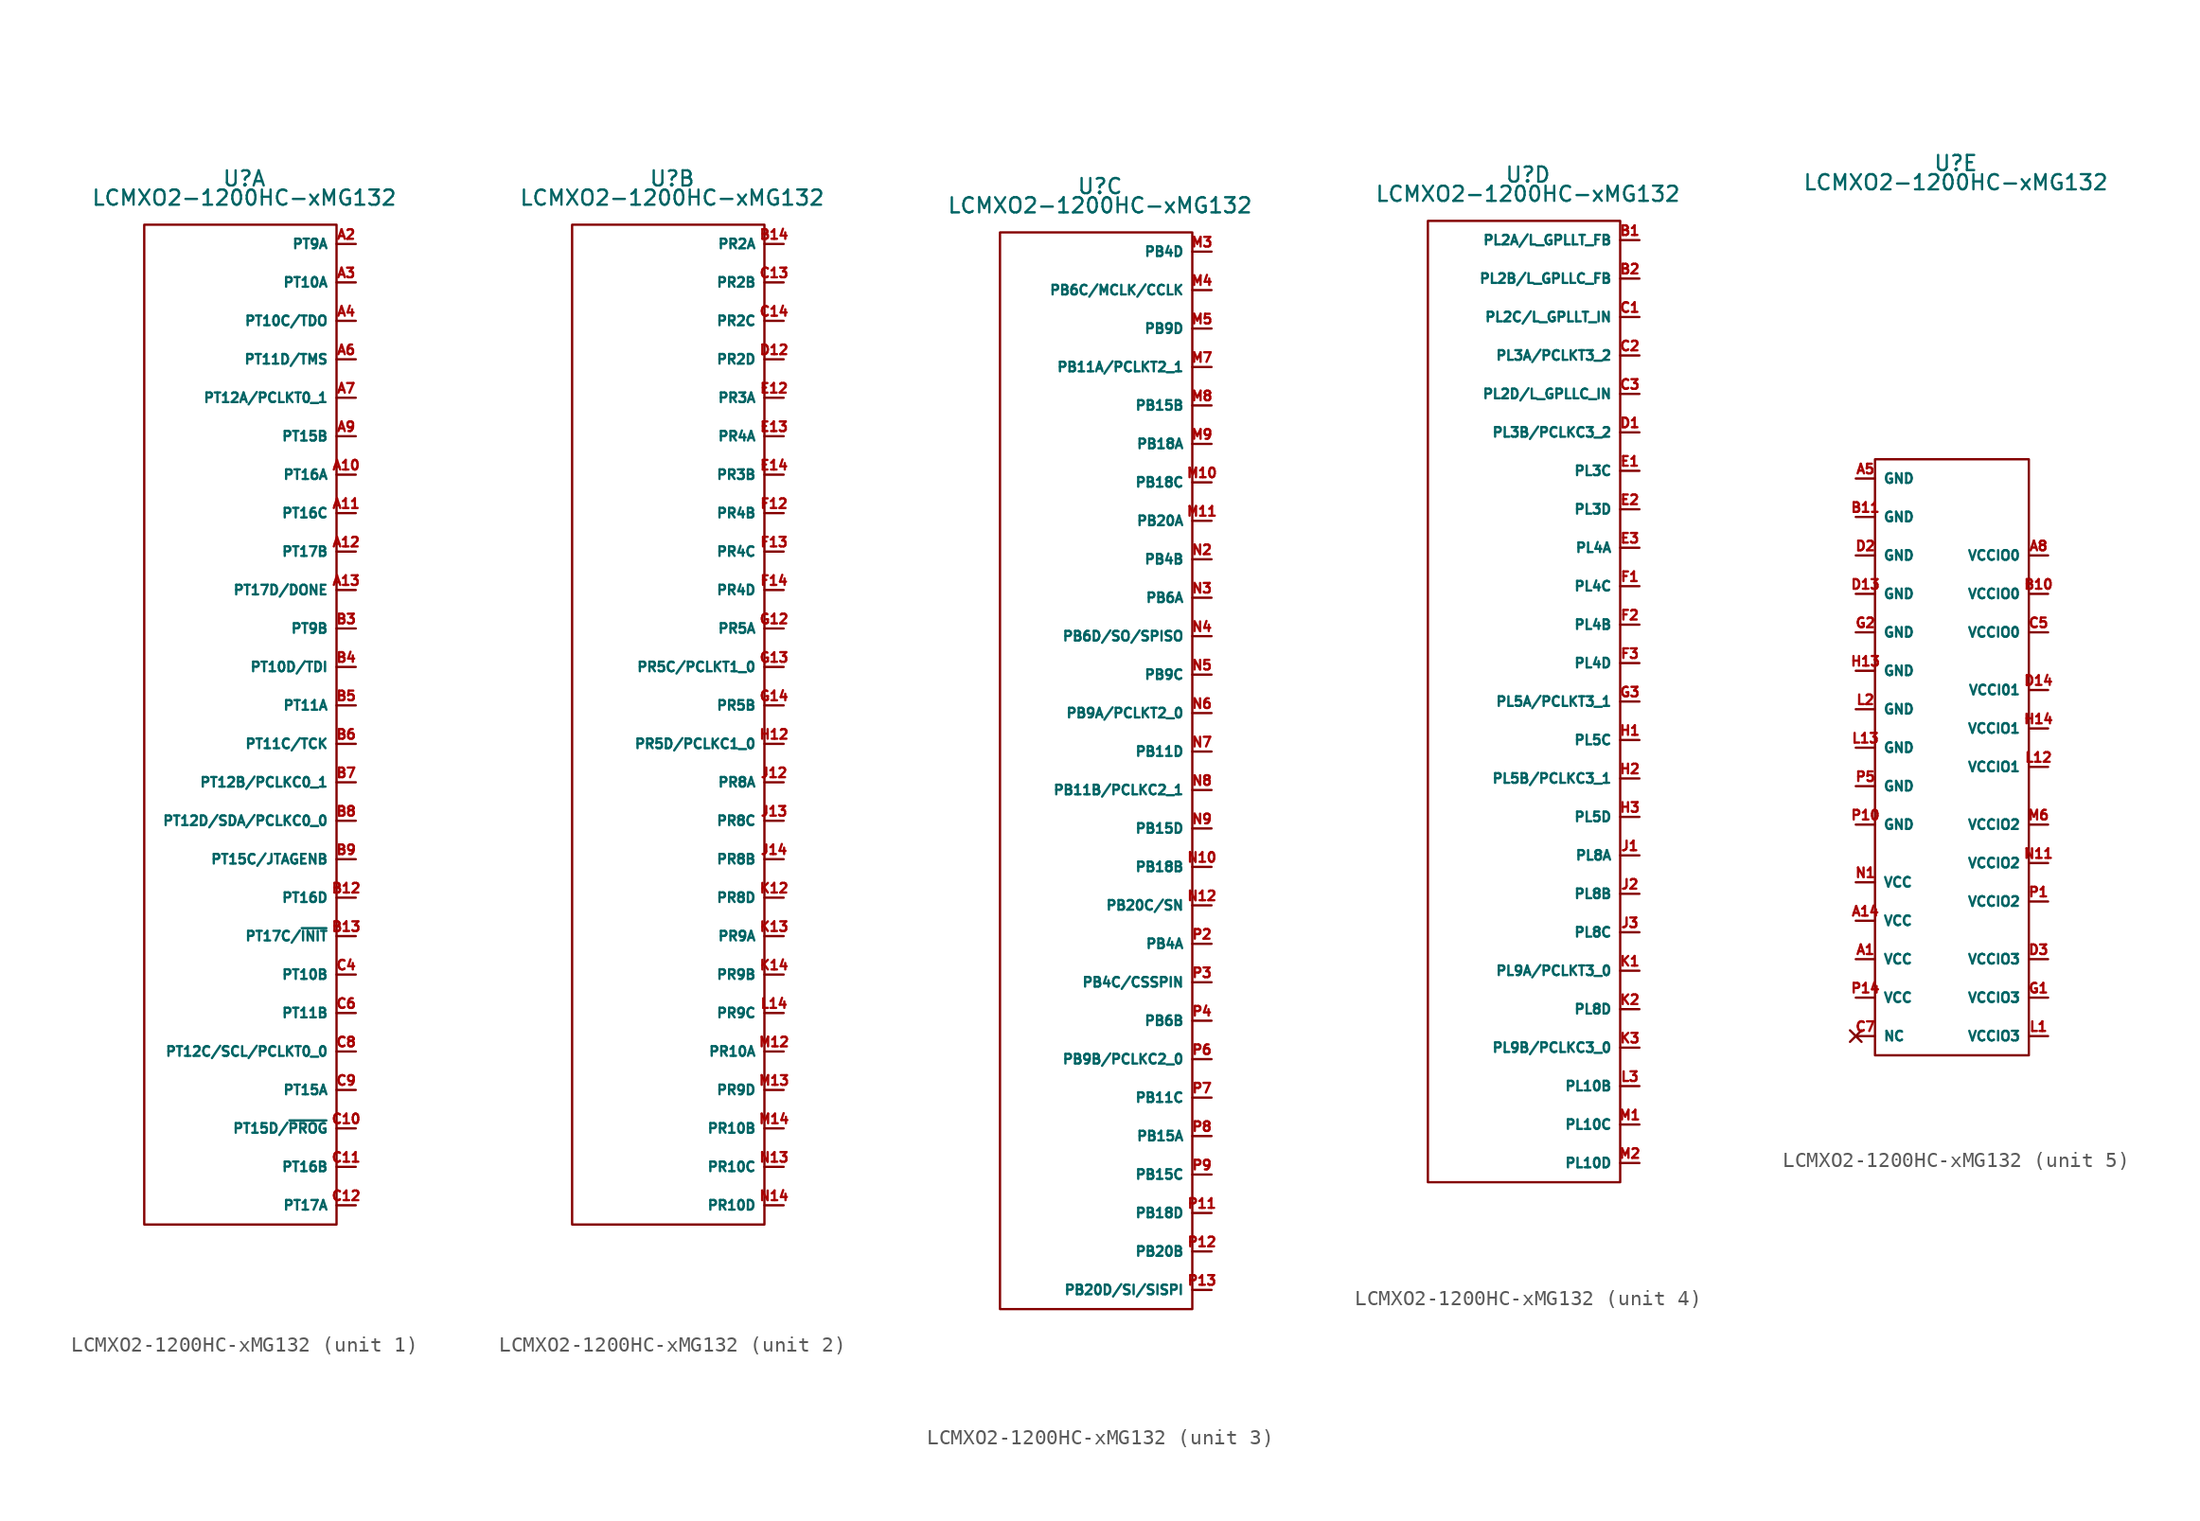
<source format=kicad_sym>
(kicad_symbol_lib
  (version 20241209)
  (generator "kicad_symbol_editor")
  (generator_version "9.0")
  (symbol "LCMXO2-1200HC-xMG132"
    (property "Reference" "U"
      (at 0.254 33.528 0)
      (effects (font (size 1 1))))
    (property "Value" "LCMXO2-1200HC-xMG132"
      (at 0.254 32.258 0)
      (effects (font (size 1 1))))
    (property "ki_locked" ""
      (at 0 0 0)
      (effects (font (size 1.27 1.27))))
    (symbol "LCMXO2-1200HC-xMG132_1_1"
      (rectangle (start 6.35 30.48) (end -6.35 -35.56) (stroke (width 0) (type default)) (fill (type none)))
      (pin bidirectional line (at 7.62 29.21 180) (length 1.27) (name "PT9A" (effects (font (size 0.635 0.635)))) (number "A2" (effects (font (size 0.635 0.635)))))
      (pin bidirectional line (at 7.62 26.67 180) (length 1.27) (name "PT10A" (effects (font (size 0.635 0.635)))) (number "A3" (effects (font (size 0.635 0.635)))))
      (pin bidirectional line (at 7.62 24.13 180) (length 1.27) (name "PT10C/TDO" (effects (font (size 0.635 0.635)))) (number "A4" (effects (font (size 0.635 0.635)))))
      (pin bidirectional line (at 7.62 21.59 180) (length 1.27) (name "PT11D/TMS" (effects (font (size 0.635 0.635)))) (number "A6" (effects (font (size 0.635 0.635)))))
      (pin bidirectional line (at 7.62 19.05 180) (length 1.27) (name "PT12A/PCLKT0_1" (effects (font (size 0.635 0.635)))) (number "A7" (effects (font (size 0.635 0.635)))))
      (pin bidirectional line (at 7.62 16.51 180) (length 1.27) (name "PT15B" (effects (font (size 0.635 0.635)))) (number "A9" (effects (font (size 0.635 0.635)))))
      (pin bidirectional line (at 7.62 13.97 180) (length 1.27) (name "PT16A" (effects (font (size 0.635 0.635)))) (number "A10" (effects (font (size 0.635 0.635)))))
      (pin bidirectional line (at 7.62 11.43 180) (length 1.27) (name "PT16C" (effects (font (size 0.635 0.635)))) (number "A11" (effects (font (size 0.635 0.635)))))
      (pin bidirectional line (at 7.62 8.89 180) (length 1.27) (name "PT17B" (effects (font (size 0.635 0.635)))) (number "A12" (effects (font (size 0.635 0.635)))))
      (pin bidirectional line (at 7.62 6.35 180) (length 1.27) (name "PT17D/DONE" (effects (font (size 0.635 0.635)))) (number "A13" (effects (font (size 0.635 0.635)))))
      (pin bidirectional line (at 7.62 3.81 180) (length 1.27) (name "PT9B" (effects (font (size 0.635 0.635)))) (number "B3" (effects (font (size 0.635 0.635)))))
      (pin bidirectional line (at 7.62 1.27 180) (length 1.27) (name "PT10D/TDI" (effects (font (size 0.635 0.635)))) (number "B4" (effects (font (size 0.635 0.635)))))
      (pin bidirectional line (at 7.62 -1.27 180) (length 1.27) (name "PT11A" (effects (font (size 0.635 0.635)))) (number "B5" (effects (font (size 0.635 0.635)))))
      (pin bidirectional line (at 7.62 -3.81 180) (length 1.27) (name "PT11C/TCK" (effects (font (size 0.635 0.635)))) (number "B6" (effects (font (size 0.635 0.635)))))
      (pin bidirectional line (at 7.62 -6.35 180) (length 1.27) (name "PT12B/PCLKC0_1" (effects (font (size 0.635 0.635)))) (number "B7" (effects (font (size 0.635 0.635)))))
      (pin bidirectional line (at 7.62 -8.89 180) (length 1.27) (name "PT12D/SDA/PCLKC0_0" (effects (font (size 0.635 0.635)))) (number "B8" (effects (font (size 0.635 0.635)))))
      (pin bidirectional line (at 7.62 -11.43 180) (length 1.27) (name "PT15C/JTAGENB" (effects (font (size 0.635 0.635)))) (number "B9" (effects (font (size 0.635 0.635)))))
      (pin bidirectional line (at 7.62 -13.97 180) (length 1.27) (name "PT16D" (effects (font (size 0.635 0.635)))) (number "B12" (effects (font (size 0.635 0.635)))))
      (pin bidirectional line (at 7.62 -16.51 180) (length 1.27) (name "PT17C/~{INIT}" (effects (font (size 0.635 0.635)))) (number "B13" (effects (font (size 0.635 0.635)))))
      (pin bidirectional line (at 7.62 -19.05 180) (length 1.27) (name "PT10B" (effects (font (size 0.635 0.635)))) (number "C4" (effects (font (size 0.635 0.635)))))
      (pin bidirectional line (at 7.62 -21.59 180) (length 1.27) (name "PT11B" (effects (font (size 0.635 0.635)))) (number "C6" (effects (font (size 0.635 0.635)))))
      (pin bidirectional line (at 7.62 -24.13 180) (length 1.27) (name "PT12C/SCL/PCLKT0_0" (effects (font (size 0.635 0.635)))) (number "C8" (effects (font (size 0.635 0.635)))))
      (pin bidirectional line (at 7.62 -26.67 180) (length 1.27) (name "PT15A" (effects (font (size 0.635 0.635)))) (number "C9" (effects (font (size 0.635 0.635)))))
      (pin bidirectional line (at 7.62 -29.21 180) (length 1.27) (name "PT15D/~{PROG}" (effects (font (size 0.635 0.635)))) (number "C10" (effects (font (size 0.635 0.635)))))
      (pin bidirectional line (at 7.62 -31.75 180) (length 1.27) (name "PT16B" (effects (font (size 0.635 0.635)))) (number "C11" (effects (font (size 0.635 0.635)))))
      (pin bidirectional line (at 7.62 -34.29 180) (length 1.27) (name "PT17A" (effects (font (size 0.635 0.635)))) (number "C12" (effects (font (size 0.635 0.635))))))
    (symbol "LCMXO2-1200HC-xMG132_2_1"
      (rectangle (start 6.35 30.48) (end -6.35 -35.56) (stroke (width 0) (type default)) (fill (type none)))
      (pin bidirectional line (at 7.62 29.21 180) (length 1.27) (name "PR2A" (effects (font (size 0.635 0.635)))) (number "B14" (effects (font (size 0.635 0.635)))))
      (pin bidirectional line (at 7.62 26.67 180) (length 1.27) (name "PR2B" (effects (font (size 0.635 0.635)))) (number "C13" (effects (font (size 0.635 0.635)))))
      (pin bidirectional line (at 7.62 24.13 180) (length 1.27) (name "PR2C" (effects (font (size 0.635 0.635)))) (number "C14" (effects (font (size 0.635 0.635)))))
      (pin bidirectional line (at 7.62 21.59 180) (length 1.27) (name "PR2D" (effects (font (size 0.635 0.635)))) (number "D12" (effects (font (size 0.635 0.635)))))
      (pin bidirectional line (at 7.62 19.05 180) (length 1.27) (name "PR3A" (effects (font (size 0.635 0.635)))) (number "E12" (effects (font (size 0.635 0.635)))))
      (pin bidirectional line (at 7.62 16.51 180) (length 1.27) (name "PR4A" (effects (font (size 0.635 0.635)))) (number "E13" (effects (font (size 0.635 0.635)))))
      (pin bidirectional line (at 7.62 13.97 180) (length 1.27) (name "PR3B" (effects (font (size 0.635 0.635)))) (number "E14" (effects (font (size 0.635 0.635)))))
      (pin bidirectional line (at 7.62 11.43 180) (length 1.27) (name "PR4B" (effects (font (size 0.635 0.635)))) (number "F12" (effects (font (size 0.635 0.635)))))
      (pin bidirectional line (at 7.62 8.89 180) (length 1.27) (name "PR4C" (effects (font (size 0.635 0.635)))) (number "F13" (effects (font (size 0.635 0.635)))))
      (pin bidirectional line (at 7.62 6.35 180) (length 1.27) (name "PR4D" (effects (font (size 0.635 0.635)))) (number "F14" (effects (font (size 0.635 0.635)))))
      (pin bidirectional line (at 7.62 3.81 180) (length 1.27) (name "PR5A" (effects (font (size 0.635 0.635)))) (number "G12" (effects (font (size 0.635 0.635)))))
      (pin bidirectional line (at 7.62 1.27 180) (length 1.27) (name "PR5C/PCLKT1_0" (effects (font (size 0.635 0.635)))) (number "G13" (effects (font (size 0.635 0.635)))))
      (pin bidirectional line (at 7.62 -1.27 180) (length 1.27) (name "PR5B" (effects (font (size 0.635 0.635)))) (number "G14" (effects (font (size 0.635 0.635)))))
      (pin bidirectional line (at 7.62 -3.81 180) (length 1.27) (name "PR5D/PCLKC1_0" (effects (font (size 0.635 0.635)))) (number "H12" (effects (font (size 0.635 0.635)))))
      (pin bidirectional line (at 7.62 -6.35 180) (length 1.27) (name "PR8A" (effects (font (size 0.635 0.635)))) (number "J12" (effects (font (size 0.635 0.635)))))
      (pin bidirectional line (at 7.62 -8.89 180) (length 1.27) (name "PR8C" (effects (font (size 0.635 0.635)))) (number "J13" (effects (font (size 0.635 0.635)))))
      (pin bidirectional line (at 7.62 -11.43 180) (length 1.27) (name "PR8B" (effects (font (size 0.635 0.635)))) (number "J14" (effects (font (size 0.635 0.635)))))
      (pin bidirectional line (at 7.62 -13.97 180) (length 1.27) (name "PR8D" (effects (font (size 0.635 0.635)))) (number "K12" (effects (font (size 0.635 0.635)))))
      (pin bidirectional line (at 7.62 -16.51 180) (length 1.27) (name "PR9A" (effects (font (size 0.635 0.635)))) (number "K13" (effects (font (size 0.635 0.635)))))
      (pin bidirectional line (at 7.62 -19.05 180) (length 1.27) (name "PR9B" (effects (font (size 0.635 0.635)))) (number "K14" (effects (font (size 0.635 0.635)))))
      (pin bidirectional line (at 7.62 -21.59 180) (length 1.27) (name "PR9C" (effects (font (size 0.635 0.635)))) (number "L14" (effects (font (size 0.635 0.635)))))
      (pin bidirectional line (at 7.62 -24.13 180) (length 1.27) (name "PR10A" (effects (font (size 0.635 0.635)))) (number "M12" (effects (font (size 0.635 0.635)))))
      (pin bidirectional line (at 7.62 -26.67 180) (length 1.27) (name "PR9D" (effects (font (size 0.635 0.635)))) (number "M13" (effects (font (size 0.635 0.635)))))
      (pin bidirectional line (at 7.62 -29.21 180) (length 1.27) (name "PR10B" (effects (font (size 0.635 0.635)))) (number "M14" (effects (font (size 0.635 0.635)))))
      (pin bidirectional line (at 7.62 -31.75 180) (length 1.27) (name "PR10C" (effects (font (size 0.635 0.635)))) (number "N13" (effects (font (size 0.635 0.635)))))
      (pin bidirectional line (at 7.62 -34.29 180) (length 1.27) (name "PR10D" (effects (font (size 0.635 0.635)))) (number "N14" (effects (font (size 0.635 0.635))))))
    (symbol "LCMXO2-1200HC-xMG132_3_1"
      (rectangle (start 6.35 30.48) (end -6.35 -40.64) (stroke (width 0) (type default)) (fill (type none)))
      (pin bidirectional line (at 7.62 29.21 180) (length 1.27) (name "PB4D" (effects (font (size 0.635 0.635)))) (number "M3" (effects (font (size 0.635 0.635)))))
      (pin bidirectional line (at 7.62 26.67 180) (length 1.27) (name "PB6C/MCLK/CCLK" (effects (font (size 0.635 0.635)))) (number "M4" (effects (font (size 0.635 0.635)))))
      (pin bidirectional line (at 7.62 24.13 180) (length 1.27) (name "PB9D" (effects (font (size 0.635 0.635)))) (number "M5" (effects (font (size 0.635 0.635)))))
      (pin bidirectional line (at 7.62 21.59 180) (length 1.27) (name "PB11A/PCLKT2_1" (effects (font (size 0.635 0.635)))) (number "M7" (effects (font (size 0.635 0.635)))))
      (pin bidirectional line (at 7.62 19.05 180) (length 1.27) (name "PB15B" (effects (font (size 0.635 0.635)))) (number "M8" (effects (font (size 0.635 0.635)))))
      (pin bidirectional line (at 7.62 16.51 180) (length 1.27) (name "PB18A" (effects (font (size 0.635 0.635)))) (number "M9" (effects (font (size 0.635 0.635)))))
      (pin bidirectional line (at 7.62 13.97 180) (length 1.27) (name "PB18C" (effects (font (size 0.635 0.635)))) (number "M10" (effects (font (size 0.635 0.635)))))
      (pin bidirectional line (at 7.62 11.43 180) (length 1.27) (name "PB20A" (effects (font (size 0.635 0.635)))) (number "M11" (effects (font (size 0.635 0.635)))))
      (pin bidirectional line (at 7.62 8.89 180) (length 1.27) (name "PB4B" (effects (font (size 0.635 0.635)))) (number "N2" (effects (font (size 0.635 0.635)))))
      (pin bidirectional line (at 7.62 6.35 180) (length 1.27) (name "PB6A" (effects (font (size 0.635 0.635)))) (number "N3" (effects (font (size 0.635 0.635)))))
      (pin bidirectional line (at 7.62 3.81 180) (length 1.27) (name "PB6D/SO/SPISO" (effects (font (size 0.635 0.635)))) (number "N4" (effects (font (size 0.635 0.635)))))
      (pin bidirectional line (at 7.62 1.27 180) (length 1.27) (name "PB9C" (effects (font (size 0.635 0.635)))) (number "N5" (effects (font (size 0.635 0.635)))))
      (pin bidirectional line (at 7.62 -1.27 180) (length 1.27) (name "PB9A/PCLKT2_0" (effects (font (size 0.635 0.635)))) (number "N6" (effects (font (size 0.635 0.635)))))
      (pin bidirectional line (at 7.62 -3.81 180) (length 1.27) (name "PB11D" (effects (font (size 0.635 0.635)))) (number "N7" (effects (font (size 0.635 0.635)))))
      (pin bidirectional line (at 7.62 -6.35 180) (length 1.27) (name "PB11B/PCLKC2_1" (effects (font (size 0.635 0.635)))) (number "N8" (effects (font (size 0.635 0.635)))))
      (pin bidirectional line (at 7.62 -8.89 180) (length 1.27) (name "PB15D" (effects (font (size 0.635 0.635)))) (number "N9" (effects (font (size 0.635 0.635)))))
      (pin bidirectional line (at 7.62 -11.43 180) (length 1.27) (name "PB18B" (effects (font (size 0.635 0.635)))) (number "N10" (effects (font (size 0.635 0.635)))))
      (pin bidirectional line (at 7.62 -13.97 180) (length 1.27) (name "PB20C/SN" (effects (font (size 0.635 0.635)))) (number "N12" (effects (font (size 0.635 0.635)))))
      (pin bidirectional line (at 7.62 -16.51 180) (length 1.27) (name "PB4A" (effects (font (size 0.635 0.635)))) (number "P2" (effects (font (size 0.635 0.635)))))
      (pin bidirectional line (at 7.62 -19.05 180) (length 1.27) (name "PB4C/CSSPIN" (effects (font (size 0.635 0.635)))) (number "P3" (effects (font (size 0.635 0.635)))))
      (pin bidirectional line (at 7.62 -21.59 180) (length 1.27) (name "PB6B" (effects (font (size 0.635 0.635)))) (number "P4" (effects (font (size 0.635 0.635)))))
      (pin bidirectional line (at 7.62 -24.13 180) (length 1.27) (name "PB9B/PCLKC2_0" (effects (font (size 0.635 0.635)))) (number "P6" (effects (font (size 0.635 0.635)))))
      (pin bidirectional line (at 7.62 -26.67 180) (length 1.27) (name "PB11C" (effects (font (size 0.635 0.635)))) (number "P7" (effects (font (size 0.635 0.635)))))
      (pin bidirectional line (at 7.62 -29.21 180) (length 1.27) (name "PB15A" (effects (font (size 0.635 0.635)))) (number "P8" (effects (font (size 0.635 0.635)))))
      (pin bidirectional line (at 7.62 -31.75 180) (length 1.27) (name "PB15C" (effects (font (size 0.635 0.635)))) (number "P9" (effects (font (size 0.635 0.635)))))
      (pin bidirectional line (at 7.62 -34.29 180) (length 1.27) (name "PB18D" (effects (font (size 0.635 0.635)))) (number "P11" (effects (font (size 0.635 0.635)))))
      (pin bidirectional line (at 7.62 -36.83 180) (length 1.27) (name "PB20B" (effects (font (size 0.635 0.635)))) (number "P12" (effects (font (size 0.635 0.635)))))
      (pin bidirectional line (at 7.62 -39.37 180) (length 1.27) (name "PB20D/SI/SISPI" (effects (font (size 0.635 0.635)))) (number "P13" (effects (font (size 0.635 0.635))))))
    (symbol "LCMXO2-1200HC-xMG132_4_1"
      (rectangle (start 6.35 30.48) (end -6.35 -33.02) (stroke (width 0) (type default)) (fill (type none)))
      (pin bidirectional line (at 7.62 29.21 180) (length 1.27) (name "PL2A/L_GPLLT_FB" (effects (font (size 0.635 0.635)))) (number "B1" (effects (font (size 0.635 0.635)))))
      (pin bidirectional line (at 7.62 26.67 180) (length 1.27) (name "PL2B/L_GPLLC_FB" (effects (font (size 0.635 0.635)))) (number "B2" (effects (font (size 0.635 0.635)))))
      (pin bidirectional line (at 7.62 24.13 180) (length 1.27) (name "PL2C/L_GPLLT_IN" (effects (font (size 0.635 0.635)))) (number "C1" (effects (font (size 0.635 0.635)))))
      (pin bidirectional line (at 7.62 21.59 180) (length 1.27) (name "PL3A/PCLKT3_2" (effects (font (size 0.635 0.635)))) (number "C2" (effects (font (size 0.635 0.635)))))
      (pin bidirectional line (at 7.62 19.05 180) (length 1.27) (name "PL2D/L_GPLLC_IN" (effects (font (size 0.635 0.635)))) (number "C3" (effects (font (size 0.635 0.635)))))
      (pin bidirectional line (at 7.62 16.51 180) (length 1.27) (name "PL3B/PCLKC3_2" (effects (font (size 0.635 0.635)))) (number "D1" (effects (font (size 0.635 0.635)))))
      (pin bidirectional line (at 7.62 13.97 180) (length 1.27) (name "PL3C" (effects (font (size 0.635 0.635)))) (number "E1" (effects (font (size 0.635 0.635)))))
      (pin bidirectional line (at 7.62 11.43 180) (length 1.27) (name "PL3D" (effects (font (size 0.635 0.635)))) (number "E2" (effects (font (size 0.635 0.635)))))
      (pin bidirectional line (at 7.62 8.89 180) (length 1.27) (name "PL4A" (effects (font (size 0.635 0.635)))) (number "E3" (effects (font (size 0.635 0.635)))))
      (pin bidirectional line (at 7.62 6.35 180) (length 1.27) (name "PL4C" (effects (font (size 0.635 0.635)))) (number "F1" (effects (font (size 0.635 0.635)))))
      (pin bidirectional line (at 7.62 3.81 180) (length 1.27) (name "PL4B" (effects (font (size 0.635 0.635)))) (number "F2" (effects (font (size 0.635 0.635)))))
      (pin bidirectional line (at 7.62 1.27 180) (length 1.27) (name "PL4D" (effects (font (size 0.635 0.635)))) (number "F3" (effects (font (size 0.635 0.635)))))
      (pin bidirectional line (at 7.62 -1.27 180) (length 1.27) (name "PL5A/PCLKT3_1" (effects (font (size 0.635 0.635)))) (number "G3" (effects (font (size 0.635 0.635)))))
      (pin bidirectional line (at 7.62 -3.81 180) (length 1.27) (name "PL5C" (effects (font (size 0.635 0.635)))) (number "H1" (effects (font (size 0.635 0.635)))))
      (pin bidirectional line (at 7.62 -6.35 180) (length 1.27) (name "PL5B/PCLKC3_1" (effects (font (size 0.635 0.635)))) (number "H2" (effects (font (size 0.635 0.635)))))
      (pin bidirectional line (at 7.62 -8.89 180) (length 1.27) (name "PL5D" (effects (font (size 0.635 0.635)))) (number "H3" (effects (font (size 0.635 0.635)))))
      (pin bidirectional line (at 7.62 -11.43 180) (length 1.27) (name "PL8A" (effects (font (size 0.635 0.635)))) (number "J1" (effects (font (size 0.635 0.635)))))
      (pin bidirectional line (at 7.62 -13.97 180) (length 1.27) (name "PL8B" (effects (font (size 0.635 0.635)))) (number "J2" (effects (font (size 0.635 0.635)))))
      (pin bidirectional line (at 7.62 -16.51 180) (length 1.27) (name "PL8C" (effects (font (size 0.635 0.635)))) (number "J3" (effects (font (size 0.635 0.635)))))
      (pin bidirectional line (at 7.62 -19.05 180) (length 1.27) (name "PL9A/PCLKT3_0" (effects (font (size 0.635 0.635)))) (number "K1" (effects (font (size 0.635 0.635)))))
      (pin bidirectional line (at 7.62 -21.59 180) (length 1.27) (name "PL8D" (effects (font (size 0.635 0.635)))) (number "K2" (effects (font (size 0.635 0.635)))))
      (pin bidirectional line (at 7.62 -24.13 180) (length 1.27) (name "PL9B/PCLKC3_0" (effects (font (size 0.635 0.635)))) (number "K3" (effects (font (size 0.635 0.635)))))
      (pin bidirectional line (at 7.62 -26.67 180) (length 1.27) (name "PL10B" (effects (font (size 0.635 0.635)))) (number "L3" (effects (font (size 0.635 0.635)))))
      (pin bidirectional line (at 7.62 -29.21 180) (length 1.27) (name "PL10C" (effects (font (size 0.635 0.635)))) (number "M1" (effects (font (size 0.635 0.635)))))
      (pin bidirectional line (at 7.62 -31.75 180) (length 1.27) (name "PL10D" (effects (font (size 0.635 0.635)))) (number "M2" (effects (font (size 0.635 0.635))))))
    (symbol "LCMXO2-1200HC-xMG132_5_1"
      (rectangle (start -5.08 13.97) (end 5.08 -25.4) (stroke (width 0) (type default)) (fill (type none)))
      (pin power_in line (at -6.35 12.7 0) (length 1.27) (name "GND" (effects (font (size 0.635 0.635)))) (number "A5" (effects (font (size 0.635 0.635)))))
      (pin power_in line (at -6.35 10.16 0) (length 1.27) (name "GND" (effects (font (size 0.635 0.635)))) (number "B11" (effects (font (size 0.635 0.635)))))
      (pin power_in line (at -6.35 7.62 0) (length 1.27) (name "GND" (effects (font (size 0.635 0.635)))) (number "D2" (effects (font (size 0.635 0.635)))))
      (pin power_in line (at -6.35 5.08 0) (length 1.27) (name "GND" (effects (font (size 0.635 0.635)))) (number "D13" (effects (font (size 0.635 0.635)))))
      (pin power_in line (at -6.35 2.54 0) (length 1.27) (name "GND" (effects (font (size 0.635 0.635)))) (number "G2" (effects (font (size 0.635 0.635)))))
      (pin power_in line (at -6.35 0 0) (length 1.27) (name "GND" (effects (font (size 0.635 0.635)))) (number "H13" (effects (font (size 0.635 0.635)))))
      (pin power_in line (at -6.35 -2.54 0) (length 1.27) (name "GND" (effects (font (size 0.635 0.635)))) (number "L2" (effects (font (size 0.635 0.635)))))
      (pin power_in line (at -6.35 -5.08 0) (length 1.27) (name "GND" (effects (font (size 0.635 0.635)))) (number "L13" (effects (font (size 0.635 0.635)))))
      (pin power_in line (at -6.35 -7.62 0) (length 1.27) (name "GND" (effects (font (size 0.635 0.635)))) (number "P5" (effects (font (size 0.635 0.635)))))
      (pin power_in line (at -6.35 -10.16 0) (length 1.27) (name "GND" (effects (font (size 0.635 0.635)))) (number "P10" (effects (font (size 0.635 0.635)))))
      (pin power_in line (at -6.35 -13.97 0) (length 1.27) (name "VCC" (effects (font (size 0.635 0.635)))) (number "N1" (effects (font (size 0.635 0.635)))))
      (pin power_in line (at -6.35 -16.51 0) (length 1.27) (name "VCC" (effects (font (size 0.635 0.635)))) (number "A14" (effects (font (size 0.635 0.635)))))
      (pin power_in line (at -6.35 -19.05 0) (length 1.27) (name "VCC" (effects (font (size 0.635 0.635)))) (number "A1" (effects (font (size 0.635 0.635)))))
      (pin bidirectional line (at -6.35 -21.59 0) (length 1.27) (name "VCC" (effects (font (size 0.635 0.635)))) (number "P14" (effects (font (size 0.635 0.635)))))
      (pin no_connect line (at -6.35 -24.13 0) (length 1.27) (name "NC" (effects (font (size 0.635 0.635)))) (number "C7" (effects (font (size 0.635 0.635)))))
      (pin power_in line (at 6.35 7.62 180) (length 1.27) (name "VCCIO0" (effects (font (size 0.635 0.635)))) (number "A8" (effects (font (size 0.635 0.635)))))
      (pin power_in line (at 6.35 5.08 180) (length 1.27) (name "VCCIO0" (effects (font (size 0.635 0.635)))) (number "B10" (effects (font (size 0.635 0.635)))))
      (pin power_in line (at 6.35 2.54 180) (length 1.27) (name "VCCIO0" (effects (font (size 0.635 0.635)))) (number "C5" (effects (font (size 0.635 0.635)))))
      (pin power_in line (at 6.35 -1.27 180) (length 1.27) (name "VCCI01" (effects (font (size 0.635 0.635)))) (number "D14" (effects (font (size 0.635 0.635)))))
      (pin power_in line (at 6.35 -3.81 180) (length 1.27) (name "VCCIO1" (effects (font (size 0.635 0.635)))) (number "H14" (effects (font (size 0.635 0.635)))))
      (pin power_in line (at 6.35 -6.35 180) (length 1.27) (name "VCCIO1" (effects (font (size 0.635 0.635)))) (number "L12" (effects (font (size 0.635 0.635)))))
      (pin bidirectional line (at 6.35 -10.16 180) (length 1.27) (name "VCCIO2" (effects (font (size 0.635 0.635)))) (number "M6" (effects (font (size 0.635 0.635)))))
      (pin bidirectional line (at 6.35 -12.7 180) (length 1.27) (name "VCCIO2" (effects (font (size 0.635 0.635)))) (number "N11" (effects (font (size 0.635 0.635)))))
      (pin bidirectional line (at 6.35 -15.24 180) (length 1.27) (name "VCCIO2" (effects (font (size 0.635 0.635)))) (number "P1" (effects (font (size 0.635 0.635)))))
      (pin bidirectional line (at 6.35 -19.05 180) (length 1.27) (name "VCCIO3" (effects (font (size 0.635 0.635)))) (number "D3" (effects (font (size 0.635 0.635)))))
      (pin bidirectional line (at 6.35 -21.59 180) (length 1.27) (name "VCCIO3" (effects (font (size 0.635 0.635)))) (number "G1" (effects (font (size 0.635 0.635)))))
      (pin bidirectional line (at 6.35 -24.13 180) (length 1.27) (name "VCCIO3" (effects (font (size 0.635 0.635)))) (number "L1" (effects (font (size 0.635 0.635))))))))
</source>
